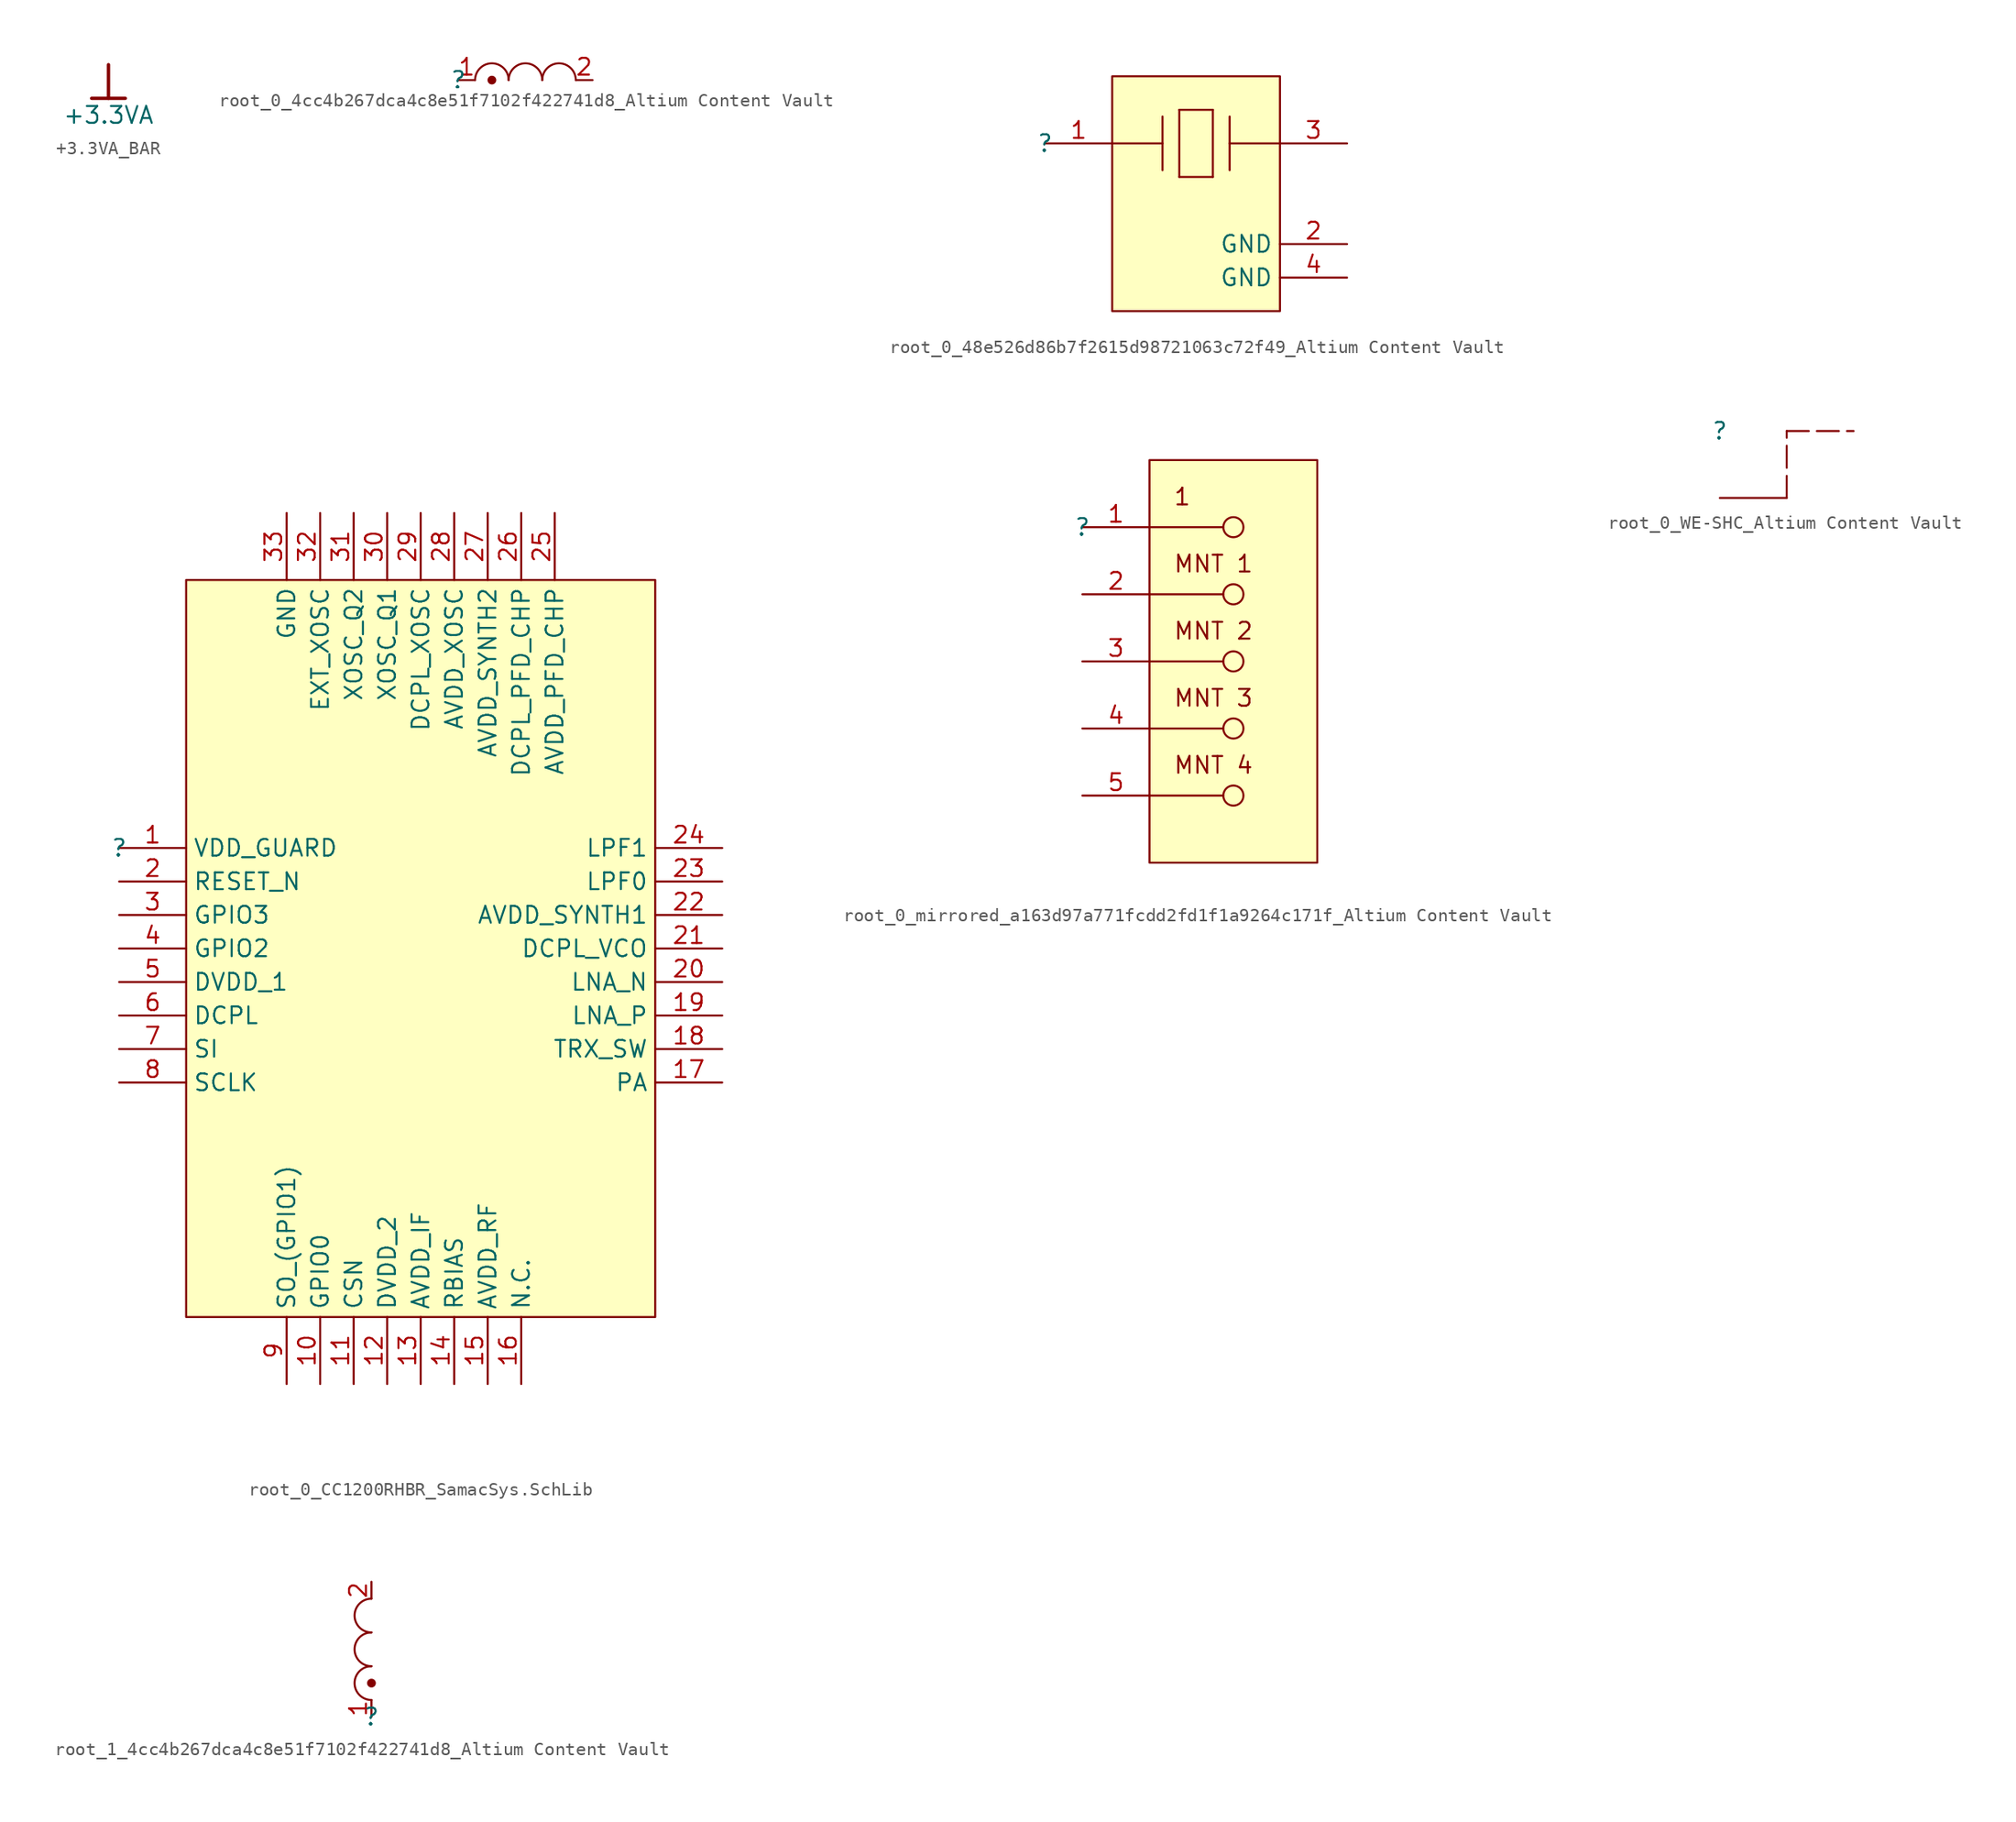
<source format=kicad_sym>
(kicad_symbol_lib
  (version 20241209)
  (generator "kicad_symbol_editor")
  (generator_version "9.0")
  (symbol "+3.3VA_BAR"
    (power)
    (property "Reference" "#PWR"
      (at 0 0 0)
      (effects (font (size 1.27 1.27)) (hide yes)))
    (property "Value" "+3.3VA"
      (at 0 -3.81 0)
      (effects (font (size 1.27 1.27))))
    (symbol "+3.3VA_BAR_0_0"
      (polyline (pts (xy -1.27 -2.54) (xy 1.27 -2.54)) (stroke (width 0.254) (type solid)) (fill (type none)))
      (polyline (pts (xy 0 0) (xy 0 -2.54)) (stroke (width 0.254) (type solid)) (fill (type none)))
      (pin power_in line (at 0 0 0) (length 0) (hide yes) (name "+3.3VA" (effects (font (size 1.27 1.27)))) (number "" (effects (font (size 1.27 1.27)))))))
  (symbol "root_0_4cc4b267dca4c8e51f7102f422741d8_Altium Content Vault"
    (pin_names
      (hide yes))
    (property "Reference" ""
      (at 0 0 0)
      (effects (font (size 1.27 1.27))))
    (property "Value" ""
      (at 0 0 0)
      (effects (font (size 1.27 1.27))))
    (symbol "root_0_4cc4b267dca4c8e51f7102f422741d8_Altium Content Vault_1_0"
      (arc (start 1.27 0) (mid 2.54 1.27) (end 3.81 0) (stroke (width 0) (type solid)) (fill (type none)))
      (circle (center 2.54 0) (radius 0.254) (stroke (width 0) (type solid)) (fill (type outline)))
      (arc (start 3.81 0) (mid 5.08 1.27) (end 6.35 0) (stroke (width 0) (type solid)) (fill (type none)))
      (arc (start 6.35 0) (mid 7.62 1.27) (end 8.89 0) (stroke (width 0) (type solid)) (fill (type none)))
      (pin passive line (at 0 0 0) (length 1.27) (name "1" (effects (font (size 1.27 1.27)))) (number "1" (effects (font (size 1.27 1.27)))))
      (pin passive line (at 10.16 0 180) (length 1.27) (name "2" (effects (font (size 1.27 1.27)))) (number "2" (effects (font (size 1.27 1.27)))))))
  (symbol "root_0_48e526d86b7f2615d98721063c72f49_Altium Content Vault"
    (property "Reference" ""
      (at 0 0 0)
      (effects (font (size 1.27 1.27))))
    (property "Value" ""
      (at 0 0 0)
      (effects (font (size 1.27 1.27))))
    (symbol "root_0_48e526d86b7f2615d98721063c72f49_Altium Content Vault_1_0"
      (polyline (pts (xy 8.89 2.032) (xy 8.89 -2.032)) (stroke (width 0) (type solid)) (fill (type none)))
      (polyline (pts (xy 8.89 0) (xy 5.08 0)) (stroke (width 0) (type solid)) (fill (type none)))
      (polyline (pts (xy 10.16 2.54) (xy 10.16 -2.54)) (stroke (width 0) (type solid)) (fill (type none)))
      (polyline (pts (xy 10.16 2.54) (xy 12.7 2.54)) (stroke (width 0) (type solid)) (fill (type none)))
      (polyline (pts (xy 12.7 2.54) (xy 12.7 -2.54)) (stroke (width 0) (type solid)) (fill (type none)))
      (polyline (pts (xy 12.7 -2.54) (xy 10.16 -2.54)) (stroke (width 0) (type solid)) (fill (type none)))
      (polyline (pts (xy 13.97 2.032) (xy 13.97 -2.032)) (stroke (width 0) (type solid)) (fill (type none)))
      (polyline (pts (xy 13.97 0) (xy 17.78 0)) (stroke (width 0) (type solid)) (fill (type none)))
      (rectangle (start 17.78 5.08) (end 5.08 -12.7) (stroke (width 0) (type solid) (color 128 0 0 1)) (fill (type background)))
      (pin passive line (at 0 0 0) (length 5.08) (name "1" (effects (font (size 0 0)))) (number "1" (effects (font (size 1.27 1.27)))))
      (pin passive line (at 22.86 0 180) (length 5.08) (name "3" (effects (font (size 0 0)))) (number "3" (effects (font (size 1.27 1.27)))))
      (pin power_in line (at 22.86 -7.62 180) (length 5.08) (name "GND" (effects (font (size 1.27 1.27)))) (number "2" (effects (font (size 1.27 1.27)))))
      (pin power_in line (at 22.86 -10.16 180) (length 5.08) (name "GND" (effects (font (size 1.27 1.27)))) (number "4" (effects (font (size 1.27 1.27)))))))
  (symbol "root_0_CC1200RHBR_SamacSys.SchLib"
    (property "Reference" ""
      (at 0 0 0)
      (effects (font (size 1.27 1.27))))
    (property "Value" ""
      (at 0 0 0)
      (effects (font (size 1.27 1.27))))
    (symbol "root_0_CC1200RHBR_SamacSys.SchLib_1_0"
      (rectangle (start 40.64 20.32) (end 5.08 -35.56) (stroke (width 0) (type solid) (color 128 0 0 1)) (fill (type background)))
      (pin passive line (at 0 0 0) (length 5.08) (name "VDD_GUARD" (effects (font (size 1.27 1.27)))) (number "1" (effects (font (size 1.27 1.27)))))
      (pin passive line (at 0 -2.54 0) (length 5.08) (name "RESET_N" (effects (font (size 1.27 1.27)))) (number "2" (effects (font (size 1.27 1.27)))))
      (pin passive line (at 0 -5.08 0) (length 5.08) (name "GPIO3" (effects (font (size 1.27 1.27)))) (number "3" (effects (font (size 1.27 1.27)))))
      (pin passive line (at 0 -7.62 0) (length 5.08) (name "GPIO2" (effects (font (size 1.27 1.27)))) (number "4" (effects (font (size 1.27 1.27)))))
      (pin passive line (at 0 -10.16 0) (length 5.08) (name "DVDD_1" (effects (font (size 1.27 1.27)))) (number "5" (effects (font (size 1.27 1.27)))))
      (pin passive line (at 0 -12.7 0) (length 5.08) (name "DCPL" (effects (font (size 1.27 1.27)))) (number "6" (effects (font (size 1.27 1.27)))))
      (pin passive line (at 0 -15.24 0) (length 5.08) (name "SI" (effects (font (size 1.27 1.27)))) (number "7" (effects (font (size 1.27 1.27)))))
      (pin passive line (at 0 -17.78 0) (length 5.08) (name "SCLK" (effects (font (size 1.27 1.27)))) (number "8" (effects (font (size 1.27 1.27)))))
      (pin passive line (at 12.7 25.4 270) (length 5.08) (name "GND" (effects (font (size 1.27 1.27)))) (number "33" (effects (font (size 1.27 1.27)))))
      (pin passive line (at 12.7 -40.64 90) (length 5.08) (name "SO_(GPIO1)" (effects (font (size 1.27 1.27)))) (number "9" (effects (font (size 1.27 1.27)))))
      (pin passive line (at 15.24 25.4 270) (length 5.08) (name "EXT_XOSC" (effects (font (size 1.27 1.27)))) (number "32" (effects (font (size 1.27 1.27)))))
      (pin passive line (at 15.24 -40.64 90) (length 5.08) (name "GPIO0" (effects (font (size 1.27 1.27)))) (number "10" (effects (font (size 1.27 1.27)))))
      (pin passive line (at 17.78 25.4 270) (length 5.08) (name "XOSC_Q2" (effects (font (size 1.27 1.27)))) (number "31" (effects (font (size 1.27 1.27)))))
      (pin passive line (at 17.78 -40.64 90) (length 5.08) (name "CSN" (effects (font (size 1.27 1.27)))) (number "11" (effects (font (size 1.27 1.27)))))
      (pin passive line (at 20.32 25.4 270) (length 5.08) (name "XOSC_Q1" (effects (font (size 1.27 1.27)))) (number "30" (effects (font (size 1.27 1.27)))))
      (pin passive line (at 20.32 -40.64 90) (length 5.08) (name "DVDD_2" (effects (font (size 1.27 1.27)))) (number "12" (effects (font (size 1.27 1.27)))))
      (pin passive line (at 22.86 25.4 270) (length 5.08) (name "DCPL_XOSC" (effects (font (size 1.27 1.27)))) (number "29" (effects (font (size 1.27 1.27)))))
      (pin passive line (at 22.86 -40.64 90) (length 5.08) (name "AVDD_IF" (effects (font (size 1.27 1.27)))) (number "13" (effects (font (size 1.27 1.27)))))
      (pin passive line (at 25.4 25.4 270) (length 5.08) (name "AVDD_XOSC" (effects (font (size 1.27 1.27)))) (number "28" (effects (font (size 1.27 1.27)))))
      (pin passive line (at 25.4 -40.64 90) (length 5.08) (name "RBIAS" (effects (font (size 1.27 1.27)))) (number "14" (effects (font (size 1.27 1.27)))))
      (pin passive line (at 27.94 25.4 270) (length 5.08) (name "AVDD_SYNTH2" (effects (font (size 1.27 1.27)))) (number "27" (effects (font (size 1.27 1.27)))))
      (pin passive line (at 27.94 -40.64 90) (length 5.08) (name "AVDD_RF" (effects (font (size 1.27 1.27)))) (number "15" (effects (font (size 1.27 1.27)))))
      (pin passive line (at 30.48 25.4 270) (length 5.08) (name "DCPL_PFD_CHP" (effects (font (size 1.27 1.27)))) (number "26" (effects (font (size 1.27 1.27)))))
      (pin passive line (at 30.48 -40.64 90) (length 5.08) (name "N.C." (effects (font (size 1.27 1.27)))) (number "16" (effects (font (size 1.27 1.27)))))
      (pin passive line (at 33.02 25.4 270) (length 5.08) (name "AVDD_PFD_CHP" (effects (font (size 1.27 1.27)))) (number "25" (effects (font (size 1.27 1.27)))))
      (pin passive line (at 45.72 0 180) (length 5.08) (name "LPF1" (effects (font (size 1.27 1.27)))) (number "24" (effects (font (size 1.27 1.27)))))
      (pin passive line (at 45.72 -2.54 180) (length 5.08) (name "LPF0" (effects (font (size 1.27 1.27)))) (number "23" (effects (font (size 1.27 1.27)))))
      (pin passive line (at 45.72 -5.08 180) (length 5.08) (name "AVDD_SYNTH1" (effects (font (size 1.27 1.27)))) (number "22" (effects (font (size 1.27 1.27)))))
      (pin passive line (at 45.72 -7.62 180) (length 5.08) (name "DCPL_VCO" (effects (font (size 1.27 1.27)))) (number "21" (effects (font (size 1.27 1.27)))))
      (pin passive line (at 45.72 -10.16 180) (length 5.08) (name "LNA_N" (effects (font (size 1.27 1.27)))) (number "20" (effects (font (size 1.27 1.27)))))
      (pin passive line (at 45.72 -12.7 180) (length 5.08) (name "LNA_P" (effects (font (size 1.27 1.27)))) (number "19" (effects (font (size 1.27 1.27)))))
      (pin passive line (at 45.72 -15.24 180) (length 5.08) (name "TRX_SW" (effects (font (size 1.27 1.27)))) (number "18" (effects (font (size 1.27 1.27)))))
      (pin passive line (at 45.72 -17.78 180) (length 5.08) (name "PA" (effects (font (size 1.27 1.27)))) (number "17" (effects (font (size 1.27 1.27)))))))
  (symbol "root_0_mirrored_a163d97a771fcdd2fd1f1a9264c171f_Altium Content Vault"
    (pin_names
      (hide yes))
    (property "Reference" ""
      (at 0 0 0)
      (effects (font (size 1.27 1.27))))
    (property "Value" ""
      (at 0 0 0)
      (effects (font (size 1.27 1.27))))
    (symbol "root_0_mirrored_a163d97a771fcdd2fd1f1a9264c171f_Altium Content Vault_1_0"
      (polyline (pts (xy 10.668 0) (xy 5.08 0)) (stroke (width 0) (type solid)) (fill (type none)))
      (polyline (pts (xy 10.668 -5.08) (xy 5.08 -5.08)) (stroke (width 0) (type solid)) (fill (type none)))
      (polyline (pts (xy 10.668 -10.16) (xy 5.08 -10.16)) (stroke (width 0) (type solid)) (fill (type none)))
      (polyline (pts (xy 10.668 -15.24) (xy 5.08 -15.24)) (stroke (width 0) (type solid)) (fill (type none)))
      (polyline (pts (xy 10.668 -20.32) (xy 5.08 -20.32)) (stroke (width 0) (type solid)) (fill (type none)))
      (circle (center 11.43 0) (radius 0.762) (stroke (width 0) (type solid)) (fill (type none)))
      (circle (center 11.43 -5.08) (radius 0.762) (stroke (width 0) (type solid)) (fill (type none)))
      (circle (center 11.43 -10.16) (radius 0.762) (stroke (width 0) (type solid)) (fill (type none)))
      (circle (center 11.43 -15.24) (radius 0.762) (stroke (width 0) (type solid)) (fill (type none)))
      (circle (center 11.43 -20.32) (radius 0.762) (stroke (width 0) (type solid)) (fill (type none)))
      (rectangle (start 17.78 5.08) (end 5.08 -25.4) (stroke (width 0) (type solid) (color 128 0 0 1)) (fill (type background)))
      (text "1" (at 6.858 3.048 0) (effects (font (size 1.27 1.27)) (justify left top)))
      (text "MNT 1" (at 6.858 -2.032 0) (effects (font (size 1.27 1.27)) (justify left top)))
      (text "MNT 2" (at 6.858 -7.112 0) (effects (font (size 1.27 1.27)) (justify left top)))
      (text "MNT 3" (at 6.858 -12.192 0) (effects (font (size 1.27 1.27)) (justify left top)))
      (text "MNT 4" (at 6.858 -17.272 0) (effects (font (size 1.27 1.27)) (justify left top)))
      (pin passive line (at 0 0 0) (length 5.08) (name "1" (effects (font (size 1.27 1.27)))) (number "1" (effects (font (size 1.27 1.27)))))
      (pin passive line (at 0 -5.08 0) (length 5.08) (name "MNT_1" (effects (font (size 1.27 1.27)))) (number "2" (effects (font (size 1.27 1.27)))))
      (pin passive line (at 0 -10.16 0) (length 5.08) (name "MNT_2" (effects (font (size 1.27 1.27)))) (number "3" (effects (font (size 1.27 1.27)))))
      (pin passive line (at 0 -15.24 0) (length 5.08) (name "MNT_3" (effects (font (size 1.27 1.27)))) (number "4" (effects (font (size 1.27 1.27)))))
      (pin passive line (at 0 -20.32 0) (length 5.08) (name "MNT_4" (effects (font (size 1.27 1.27)))) (number "5" (effects (font (size 1.27 1.27)))))))
  (symbol "root_0_WE-SHC_Altium Content Vault"
    (pin_numbers
      (hide yes))
    (pin_names
      (hide yes))
    (property "Reference" ""
      (at 0 0 0)
      (effects (font (size 1.27 1.27))))
    (property "Value" ""
      (at 0 0 0)
      (effects (font (size 1.27 1.27))))
    (symbol "root_0_WE-SHC_Altium Content Vault_1_0"
      (polyline (pts (xy 5.08 0) (xy 10.16 0)) (stroke (width 0) (type dash)) (fill (type none)))
      (polyline (pts (xy 5.08 -5.08) (xy 5.08 0)) (stroke (width 0) (type dash)) (fill (type none)))
      (pin passive line (at 0 -5.08 0) (length 5.08) (name "1" (effects (font (size 1.27 1.27)))) (number "1" (effects (font (size 1.27 1.27)))))))
  (symbol "root_1_4cc4b267dca4c8e51f7102f422741d8_Altium Content Vault"
    (pin_names
      (hide yes))
    (property "Reference" ""
      (at 0 0 0)
      (effects (font (size 1.27 1.27))))
    (property "Value" ""
      (at 0 0 0)
      (effects (font (size 1.27 1.27))))
    (symbol "root_1_4cc4b267dca4c8e51f7102f422741d8_Altium Content Vault_1_0"
      (arc (start 0 6.35) (mid -1.27 7.62) (end 0 8.89) (stroke (width 0) (type solid)) (fill (type none)))
      (arc (start 0 3.81) (mid -1.27 5.08) (end 0 6.35) (stroke (width 0) (type solid)) (fill (type none)))
      (circle (center 0 2.54) (radius 0.254) (stroke (width 0) (type solid)) (fill (type outline)))
      (arc (start 0 1.27) (mid -1.27 2.54) (end 0 3.81) (stroke (width 0) (type solid)) (fill (type none)))
      (pin passive line (at 0 10.16 270) (length 1.27) (name "2" (effects (font (size 1.27 1.27)))) (number "2" (effects (font (size 1.27 1.27)))))
      (pin passive line (at 0 0 90) (length 1.27) (name "1" (effects (font (size 1.27 1.27)))) (number "1" (effects (font (size 1.27 1.27))))))))
</source>
